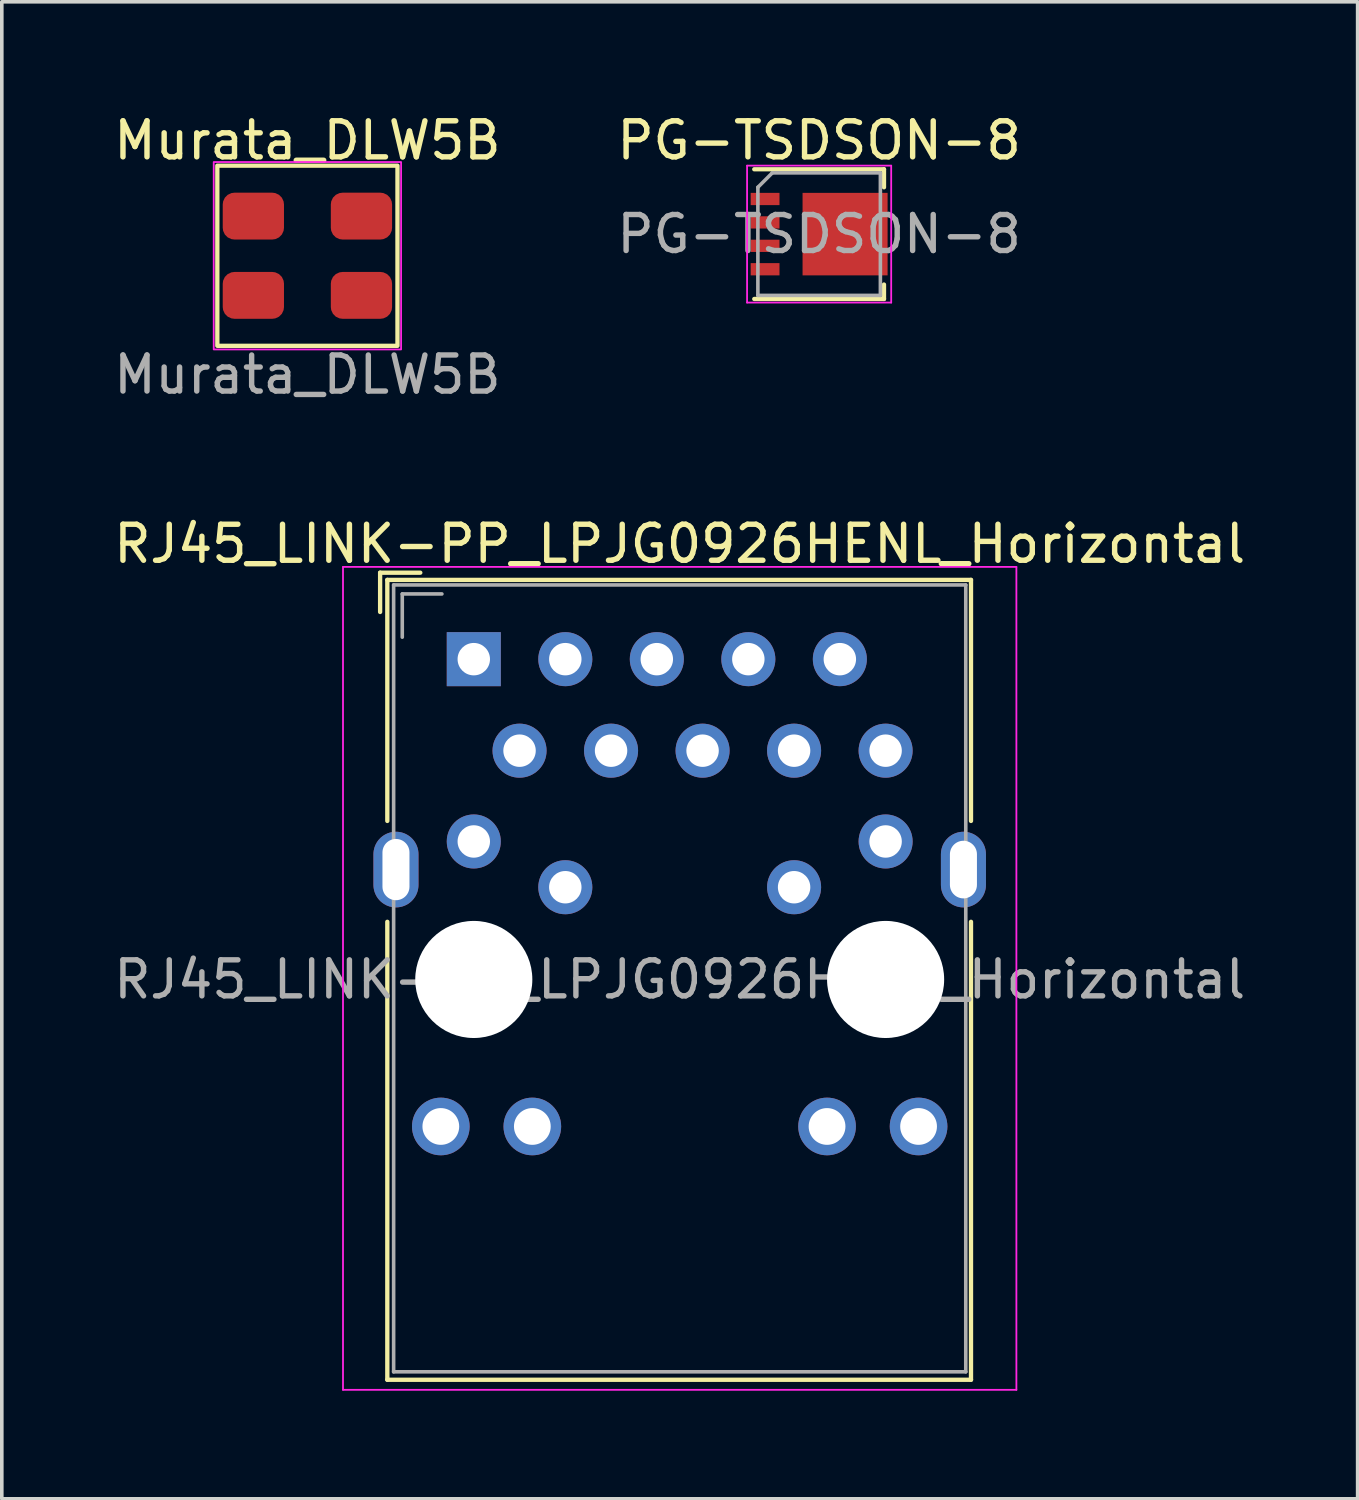
<source format=kicad_pcb>
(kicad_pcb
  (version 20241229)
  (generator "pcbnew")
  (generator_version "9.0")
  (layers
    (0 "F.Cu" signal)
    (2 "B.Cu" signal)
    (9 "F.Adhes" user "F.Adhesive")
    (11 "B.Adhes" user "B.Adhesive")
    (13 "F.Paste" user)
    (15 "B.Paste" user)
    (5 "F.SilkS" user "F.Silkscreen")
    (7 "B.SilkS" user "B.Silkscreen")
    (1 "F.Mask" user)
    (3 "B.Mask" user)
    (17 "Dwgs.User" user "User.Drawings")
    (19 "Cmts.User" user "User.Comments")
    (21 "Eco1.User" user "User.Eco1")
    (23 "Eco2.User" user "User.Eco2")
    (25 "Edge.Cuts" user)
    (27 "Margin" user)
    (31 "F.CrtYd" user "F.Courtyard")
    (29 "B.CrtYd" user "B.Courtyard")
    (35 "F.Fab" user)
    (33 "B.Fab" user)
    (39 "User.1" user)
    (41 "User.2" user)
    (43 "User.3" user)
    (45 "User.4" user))
  (footprint "PG-TSDSON-8"
    (layer "F.Cu")
    (at 19.685 3.448)
    (property "Reference" "PG-TSDSON-8" (at 0 -2.6 0) (layer "F.SilkS") (effects (font (size 1 1) (thickness 0.15))))
    (attr smd)
    (fp_poly (pts (xy -0.46 -1.145) (xy 1.9 -1.145) (xy 1.9 -0.805) (xy 1.25 -0.805) (xy 1.25 -0.495) (xy 1.9 -0.495) (xy 1.9 -0.155) (xy 1.25 -0.155) (xy 1.25 0.155) (xy 1.9 0.155) (xy 1.9 0.495) (xy 1.25 0.495) (xy 1.25 0.805) (xy 1.9 0.805) (xy 1.9 1.145) (xy -0.46 1.145)) (stroke (width 0.02) (type solid)) (fill yes) (layer "F.Mask"))
    (fp_line (start 1.8 -1.8) (end -1.8 -1.8) (stroke (width 0.12) (type solid)) (layer "F.SilkS"))
    (fp_line (start 1.8 -1.8) (end 1.8 -1.3) (stroke (width 0.12) (type solid)) (layer "F.SilkS"))
    (fp_line (start 1.8 1.4) (end 1.8 1.8) (stroke (width 0.12) (type solid)) (layer "F.SilkS"))
    (fp_line (start 1.8 1.8) (end -1.8 1.8) (stroke (width 0.12) (type solid)) (layer "F.SilkS"))
    (fp_line (start -2 -1.9) (end -2 1.9) (stroke (width 0.05) (type solid)) (layer "F.CrtYd"))
    (fp_line (start -2 1.9) (end 2 1.9) (stroke (width 0.05) (type solid)) (layer "F.CrtYd"))
    (fp_line (start 2 -1.9) (end -2 -1.9) (stroke (width 0.05) (type solid)) (layer "F.CrtYd"))
    (fp_line (start 2 1.9) (end 2 -1.9) (stroke (width 0.05) (type solid)) (layer "F.CrtYd"))
    (fp_line (start -1.7 -1.3) (end -1.3 -1.7) (stroke (width 0.1) (type solid)) (layer "F.Fab"))
    (fp_line (start -1.7 1.7) (end -1.7 -1.3) (stroke (width 0.1) (type solid)) (layer "F.Fab"))
    (fp_line (start -1.3 -1.7) (end 1.7 -1.7) (stroke (width 0.1) (type solid)) (layer "F.Fab"))
    (fp_line (start 1.7 -1.7) (end 1.7 1.7) (stroke (width 0.1) (type solid)) (layer "F.Fab"))
    (fp_line (start 1.7 1.7) (end -1.7 1.7) (stroke (width 0.1) (type solid)) (layer "F.Fab"))
    (fp_text user "${REFERENCE}" (at 0 0 0) (layer "F.Fab") (effects (font (size 1 1) (thickness 0.15))))
    (pad "" smd rect (at -0.035 -0.575) (size 0.55 0.75) (layers "F.Paste"))
    (pad "" smd rect (at -0.035 0.575) (size 0.55 0.75) (layers "F.Paste"))
    (pad "" smd rect (at 0.815 -0.575) (size 0.55 0.75) (layers "F.Paste"))
    (pad "" smd rect (at 0.815 0.575) (size 0.55 0.75) (layers "F.Paste"))
    (pad "" smd rect (at 1.575 -0.975) (size 0.55 0.24) (layers "F.Paste"))
    (pad "" smd rect (at 1.575 -0.325) (size 0.55 0.24) (layers "F.Paste"))
    (pad "" smd rect (at 1.575 0.325) (size 0.55 0.24) (layers "F.Paste"))
    (pad "" smd rect (at 1.575 0.975) (size 0.55 0.24) (layers "F.Paste"))
    (pad "1" smd rect (at -1.5 -0.975) (size 0.8 0.34) (layers "F.Cu" "F.Mask" "F.Paste"))
    (pad "2" smd rect (at -1.5 -0.325) (size 0.8 0.34) (layers "F.Cu" "F.Mask" "F.Paste"))
    (pad "3" smd rect (at -1.5 0.325) (size 0.8 0.34) (layers "F.Cu" "F.Mask" "F.Paste"))
    (pad "4" smd rect (at -1.5 0.975) (size 0.8 0.34) (layers "F.Cu" "F.Mask" "F.Paste"))
    (pad "5" smd rect (at 0.72 0) (size 2.36 2.29) (layers "F.Cu")))
  (footprint "Murata_DLW5B"
    (layer "F.Cu")
    (at 5.482 4.048)
    (property "Reference" "Murata_DLW5B" (at 0 -3.2 0) (unlocked yes) (layer "F.SilkS") (effects (font (size 1 1) (thickness 0.15))))
    (fp_rect (start -2.5 -2.5) (end 2.5 2.5) (stroke (width 0.12) (type solid)) (fill no) (layer "F.SilkS"))
    (fp_rect (start -2.6 -2.6) (end 2.6 2.6) (stroke (width 0.05) (type solid)) (fill no) (layer "F.CrtYd"))
    (fp_text user "${REFERENCE}" (at 0 3.3 0) (unlocked yes) (layer "F.Fab") (effects (font (size 1 1) (thickness 0.15))))
    (pad "1" smd roundrect (at -1.5 -1.1) (size 1.7 1.3) (layers "F.Cu" "F.Mask" "F.Paste") (roundrect_rratio 0.25))
    (pad "2" smd roundrect (at -1.5 1.1) (size 1.7 1.3) (layers "F.Cu" "F.Mask" "F.Paste") (roundrect_rratio 0.25))
    (pad "3" smd roundrect (at 1.5 1.1) (size 1.7 1.3) (layers "F.Cu" "F.Mask" "F.Paste") (roundrect_rratio 0.25))
    (pad "4" smd roundrect (at 1.5 -1.1) (size 1.7 1.3) (layers "F.Cu" "F.Mask" "F.Paste") (roundrect_rratio 0.25)))
  (footprint "RJ45_LINK-PP_LPJG0926HENL_Horizontal"
    (layer "F.Cu")
    (at 10.1 15.245)
    (property "Reference" "RJ45_LINK-PP_LPJG0926HENL_Horizontal" (at 5.715 -3.2 180) (layer "F.SilkS") (effects (font (size 1 1) (thickness 0.15))))
    (attr through_hole)
    (fp_line (start -2.6 -2.4) (end -1.485 -2.4) (stroke (width 0.12) (type solid)) (layer "F.SilkS"))
    (fp_line (start -2.6 -1.31) (end -2.6 -2.4) (stroke (width 0.12) (type solid)) (layer "F.SilkS"))
    (fp_line (start -2.4 -2.2) (end -2.4 4.49) (stroke (width 0.12) (type solid)) (layer "F.SilkS"))
    (fp_line (start -2.4 7.29) (end -2.4 20) (stroke (width 0.12) (type solid)) (layer "F.SilkS"))
    (fp_line (start 13.8 -2.2) (end -2.4 -2.2) (stroke (width 0.12) (type solid)) (layer "F.SilkS"))
    (fp_line (start 13.8 4.49) (end 13.8 -2.2) (stroke (width 0.12) (type solid)) (layer "F.SilkS"))
    (fp_line (start 13.8 20) (end -2.4 20) (stroke (width 0.12) (type solid)) (layer "F.SilkS"))
    (fp_line (start 13.8 20) (end 13.8 7.29) (stroke (width 0.12) (type solid)) (layer "F.SilkS"))
    (fp_line (start -3.63 -2.56) (end 15.06 -2.56) (stroke (width 0.05) (type solid)) (layer "F.CrtYd"))
    (fp_line (start -3.63 20.28) (end -3.63 -2.56) (stroke (width 0.05) (type solid)) (layer "F.CrtYd"))
    (fp_line (start 15.06 -2.56) (end 15.06 20.28) (stroke (width 0.05) (type solid)) (layer "F.CrtYd"))
    (fp_line (start 15.06 20.28) (end -3.63 20.28) (stroke (width 0.05) (type solid)) (layer "F.CrtYd"))
    (fp_line (start -2.225 19.78) (end -2.225 -2.06) (stroke (width 0.1) (type solid)) (layer "F.Fab"))
    (fp_line (start -1.985 -1.81) (end -0.885 -1.81) (stroke (width 0.1) (type solid)) (layer "F.Fab"))
    (fp_line (start -1.985 -0.61) (end -1.985 -1.81) (stroke (width 0.1) (type solid)) (layer "F.Fab"))
    (fp_line (start 13.655 -2.06) (end -2.225 -2.06) (stroke (width 0.1) (type solid)) (layer "F.Fab"))
    (fp_line (start 13.655 19.78) (end -2.225 19.78) (stroke (width 0.1) (type solid)) (layer "F.Fab"))
    (fp_line (start 13.655 19.78) (end 13.655 -2.06) (stroke (width 0.1) (type solid)) (layer "F.Fab"))
    (fp_text user "${REFERENCE}" (at 5.715 8.89 180) (layer "F.Fab") (effects (font (size 1 1) (thickness 0.15))))
    (pad "" np_thru_hole circle (at 0 8.89 180) (size 3.25 3.25) (drill 3.25) (layers "*.Cu" "*.Mask"))
    (pad "" np_thru_hole circle (at 11.43 8.89 180) (size 3.25 3.25) (drill 3.25) (layers "*.Cu" "*.Mask"))
    (pad "1" thru_hole rect (at 0 0 180) (size 1.5 1.5) (drill 0.9) (layers "*.Cu" "*.Mask"))
    (pad "2" thru_hole circle (at 1.27 2.54 180) (size 1.5 1.5) (drill 0.9) (layers "*.Cu" "*.Mask"))
    (pad "3" thru_hole circle (at 2.54 0 180) (size 1.5 1.5) (drill 0.9) (layers "*.Cu" "*.Mask"))
    (pad "4" thru_hole circle (at 3.81 2.54 180) (size 1.5 1.5) (drill 0.9) (layers "*.Cu" "*.Mask"))
    (pad "5" thru_hole circle (at 5.08 0 180) (size 1.5 1.5) (drill 0.9) (layers "*.Cu" "*.Mask"))
    (pad "6" thru_hole circle (at 6.35 2.54 180) (size 1.5 1.5) (drill 0.9) (layers "*.Cu" "*.Mask"))
    (pad "7" thru_hole circle (at 7.62 0 180) (size 1.5 1.5) (drill 0.9) (layers "*.Cu" "*.Mask"))
    (pad "8" thru_hole circle (at 8.89 2.54 180) (size 1.5 1.5) (drill 0.9) (layers "*.Cu" "*.Mask"))
    (pad "9" thru_hole circle (at 10.16 0 180) (size 1.5 1.5) (drill 0.9) (layers "*.Cu" "*.Mask"))
    (pad "10" thru_hole circle (at 11.43 2.54 180) (size 1.5 1.5) (drill 0.9) (layers "*.Cu" "*.Mask"))
    (pad "11" thru_hole circle (at 0 5.06) (size 1.5 1.5) (drill 0.9) (layers "*.Cu" "*.Mask"))
    (pad "12" thru_hole circle (at 2.54 6.33) (size 1.5 1.5) (drill 0.9) (layers "*.Cu" "*.Mask"))
    (pad "13" thru_hole circle (at 8.89 6.33) (size 1.5 1.5) (drill 0.9) (layers "*.Cu" "*.Mask"))
    (pad "14" thru_hole circle (at 11.43 5.06) (size 1.5 1.5) (drill 0.9) (layers "*.Cu" "*.Mask"))
    (pad "15" thru_hole circle (at -0.915 12.97 180) (size 1.6 1.6) (drill 1.02) (layers "*.Cu" "*.Mask"))
    (pad "16" thru_hole circle (at 1.625 12.97 180) (size 1.6 1.6) (drill 1.02) (layers "*.Cu" "*.Mask"))
    (pad "17" thru_hole circle (at 9.805 12.97 180) (size 1.6 1.6) (drill 1.02) (layers "*.Cu" "*.Mask"))
    (pad "18" thru_hole circle (at 12.345 12.97 180) (size 1.6 1.6) (drill 1.02) (layers "*.Cu" "*.Mask"))
    (pad "SH" thru_hole oval (at -2.16 5.84 180) (size 1.25 2.1) (drill oval 0.75 1.7) (layers "*.Cu" "*.Mask"))
    (pad "SH" thru_hole oval (at 13.59 5.84 180) (size 1.25 2.1) (drill oval 0.75 1.6) (layers "*.Cu" "*.Mask")))
  (gr_rect
    (start -3 -3)
    (end 34.631 38.55)
    (stroke (width 0.1) (type default))
    (fill no)
    (layer "Edge.Cuts")))
</source>
